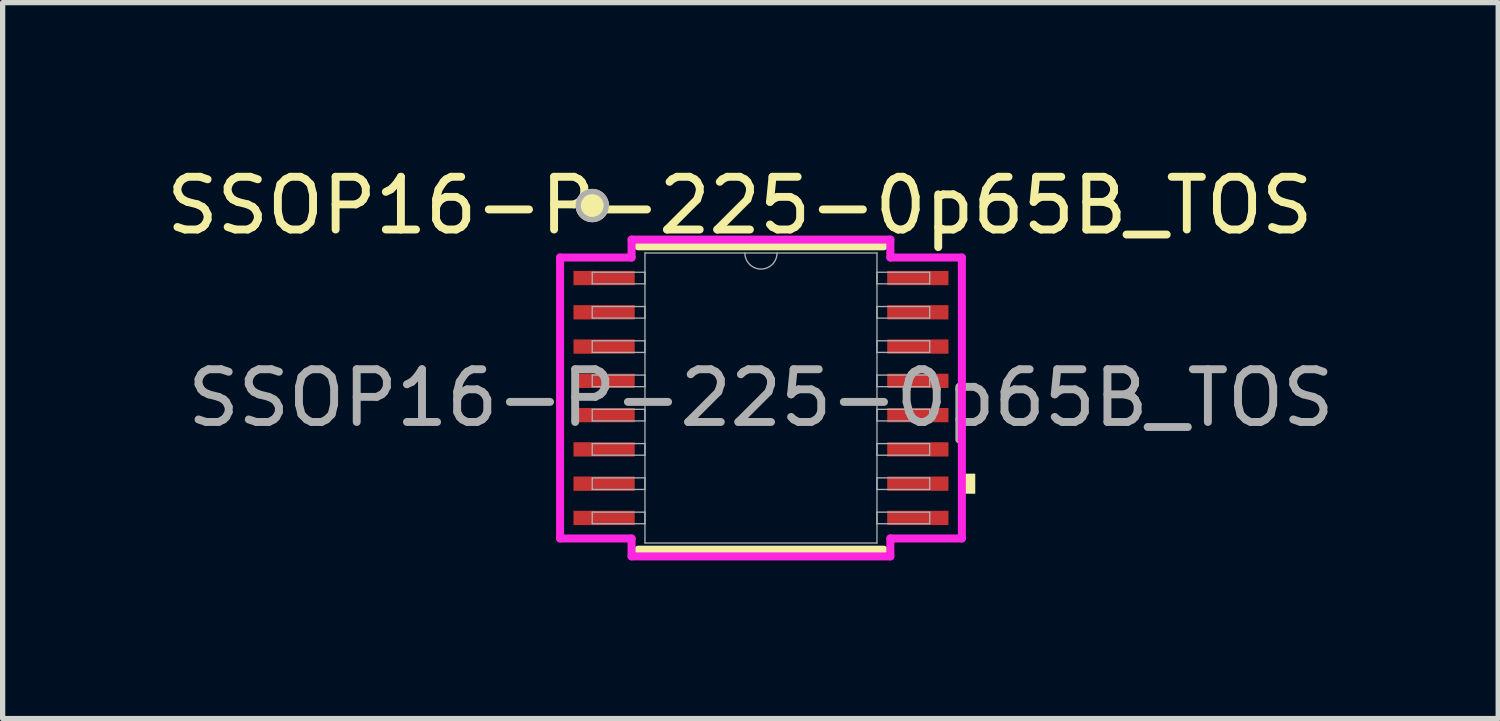
<source format=kicad_pcb>
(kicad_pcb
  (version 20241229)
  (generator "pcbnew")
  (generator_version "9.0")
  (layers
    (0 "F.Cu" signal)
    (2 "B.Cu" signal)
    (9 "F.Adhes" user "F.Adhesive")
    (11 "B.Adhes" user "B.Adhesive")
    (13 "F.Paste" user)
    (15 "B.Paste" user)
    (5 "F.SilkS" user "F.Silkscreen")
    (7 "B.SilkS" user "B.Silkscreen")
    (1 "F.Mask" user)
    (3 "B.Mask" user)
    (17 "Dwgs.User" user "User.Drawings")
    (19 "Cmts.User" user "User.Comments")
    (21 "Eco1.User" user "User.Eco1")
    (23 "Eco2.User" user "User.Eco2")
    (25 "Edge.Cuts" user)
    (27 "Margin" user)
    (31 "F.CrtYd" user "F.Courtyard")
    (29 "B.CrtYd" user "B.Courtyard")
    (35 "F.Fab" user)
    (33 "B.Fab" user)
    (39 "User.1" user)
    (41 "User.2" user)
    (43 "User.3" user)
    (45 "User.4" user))
  (footprint "SSOP16-P-225-0p65B_TOS"
    (layer "F.Cu")
    (at 11.382 4.498)
    (property "Reference" "SSOP16-P-225-0p65B_TOS" (at -0.4 -3.65 0) (unlocked yes) (layer "F.SilkS") (effects (font (size 1 1) (thickness 0.15))))
    (attr smd)
    (fp_line (start -2.327 2.877) (end 2.327 2.877) (stroke (width 0.152) (type solid)) (layer "F.SilkS"))
    (fp_line (start 2.327 -2.877) (end -2.327 -2.877) (stroke (width 0.152) (type solid)) (layer "F.SilkS"))
    (fp_circle (center -3.2 -3.65) (end -2.934 -3.65) (stroke (width 0.1) (type solid)) (fill yes) (layer "F.SilkS"))
    (fp_poly (pts (xy 4.064 1.435) (xy 4.064 1.816) (xy 3.81 1.816) (xy 3.81 1.435)) (stroke (width 0) (type solid)) (fill yes) (layer "F.SilkS"))
    (fp_line (start -3.81 -2.664) (end -2.454 -2.664) (stroke (width 0.152) (type solid)) (layer "F.CrtYd"))
    (fp_line (start -3.81 2.664) (end -3.81 -2.664) (stroke (width 0.152) (type solid)) (layer "F.CrtYd"))
    (fp_line (start -3.81 2.664) (end -2.454 2.664) (stroke (width 0.152) (type solid)) (layer "F.CrtYd"))
    (fp_line (start -2.454 -3.004) (end 2.454 -3.004) (stroke (width 0.152) (type solid)) (layer "F.CrtYd"))
    (fp_line (start -2.454 -2.664) (end -2.454 -3.004) (stroke (width 0.152) (type solid)) (layer "F.CrtYd"))
    (fp_line (start -2.454 3.004) (end -2.454 2.664) (stroke (width 0.152) (type solid)) (layer "F.CrtYd"))
    (fp_line (start 2.454 -3.004) (end 2.454 -2.664) (stroke (width 0.152) (type solid)) (layer "F.CrtYd"))
    (fp_line (start 2.454 2.664) (end 2.454 3.004) (stroke (width 0.152) (type solid)) (layer "F.CrtYd"))
    (fp_line (start 2.454 3.004) (end -2.454 3.004) (stroke (width 0.152) (type solid)) (layer "F.CrtYd"))
    (fp_line (start 3.81 -2.664) (end 2.454 -2.664) (stroke (width 0.152) (type solid)) (layer "F.CrtYd"))
    (fp_line (start 3.81 -2.664) (end 3.81 2.664) (stroke (width 0.152) (type solid)) (layer "F.CrtYd"))
    (fp_line (start 3.81 2.664) (end 2.454 2.664) (stroke (width 0.152) (type solid)) (layer "F.CrtYd"))
    (fp_line (start -3.2 -2.385) (end -3.2 -2.165) (stroke (width 0.025) (type solid)) (layer "F.Fab"))
    (fp_line (start -3.2 -2.165) (end -2.2 -2.165) (stroke (width 0.025) (type solid)) (layer "F.Fab"))
    (fp_line (start -3.2 -1.735) (end -3.2 -1.515) (stroke (width 0.025) (type solid)) (layer "F.Fab"))
    (fp_line (start -3.2 -1.515) (end -2.2 -1.515) (stroke (width 0.025) (type solid)) (layer "F.Fab"))
    (fp_line (start -3.2 -1.085) (end -3.2 -0.865) (stroke (width 0.025) (type solid)) (layer "F.Fab"))
    (fp_line (start -3.2 -0.865) (end -2.2 -0.865) (stroke (width 0.025) (type solid)) (layer "F.Fab"))
    (fp_line (start -3.2 -0.435) (end -3.2 -0.215) (stroke (width 0.025) (type solid)) (layer "F.Fab"))
    (fp_line (start -3.2 -0.215) (end -2.2 -0.215) (stroke (width 0.025) (type solid)) (layer "F.Fab"))
    (fp_line (start -3.2 0.215) (end -3.2 0.435) (stroke (width 0.025) (type solid)) (layer "F.Fab"))
    (fp_line (start -3.2 0.435) (end -2.2 0.435) (stroke (width 0.025) (type solid)) (layer "F.Fab"))
    (fp_line (start -3.2 0.865) (end -3.2 1.085) (stroke (width 0.025) (type solid)) (layer "F.Fab"))
    (fp_line (start -3.2 1.085) (end -2.2 1.085) (stroke (width 0.025) (type solid)) (layer "F.Fab"))
    (fp_line (start -3.2 1.515) (end -3.2 1.735) (stroke (width 0.025) (type solid)) (layer "F.Fab"))
    (fp_line (start -3.2 1.735) (end -2.2 1.735) (stroke (width 0.025) (type solid)) (layer "F.Fab"))
    (fp_line (start -3.2 2.165) (end -3.2 2.385) (stroke (width 0.025) (type solid)) (layer "F.Fab"))
    (fp_line (start -3.2 2.385) (end -2.2 2.385) (stroke (width 0.025) (type solid)) (layer "F.Fab"))
    (fp_line (start -2.2 -2.75) (end -2.2 2.75) (stroke (width 0.025) (type solid)) (layer "F.Fab"))
    (fp_line (start -2.2 -2.385) (end -3.2 -2.385) (stroke (width 0.025) (type solid)) (layer "F.Fab"))
    (fp_line (start -2.2 -2.165) (end -2.2 -2.385) (stroke (width 0.025) (type solid)) (layer "F.Fab"))
    (fp_line (start -2.2 -1.735) (end -3.2 -1.735) (stroke (width 0.025) (type solid)) (layer "F.Fab"))
    (fp_line (start -2.2 -1.515) (end -2.2 -1.735) (stroke (width 0.025) (type solid)) (layer "F.Fab"))
    (fp_line (start -2.2 -1.085) (end -3.2 -1.085) (stroke (width 0.025) (type solid)) (layer "F.Fab"))
    (fp_line (start -2.2 -0.865) (end -2.2 -1.085) (stroke (width 0.025) (type solid)) (layer "F.Fab"))
    (fp_line (start -2.2 -0.435) (end -3.2 -0.435) (stroke (width 0.025) (type solid)) (layer "F.Fab"))
    (fp_line (start -2.2 -0.215) (end -2.2 -0.435) (stroke (width 0.025) (type solid)) (layer "F.Fab"))
    (fp_line (start -2.2 0.215) (end -3.2 0.215) (stroke (width 0.025) (type solid)) (layer "F.Fab"))
    (fp_line (start -2.2 0.435) (end -2.2 0.215) (stroke (width 0.025) (type solid)) (layer "F.Fab"))
    (fp_line (start -2.2 0.865) (end -3.2 0.865) (stroke (width 0.025) (type solid)) (layer "F.Fab"))
    (fp_line (start -2.2 1.085) (end -2.2 0.865) (stroke (width 0.025) (type solid)) (layer "F.Fab"))
    (fp_line (start -2.2 1.515) (end -3.2 1.515) (stroke (width 0.025) (type solid)) (layer "F.Fab"))
    (fp_line (start -2.2 1.735) (end -2.2 1.515) (stroke (width 0.025) (type solid)) (layer "F.Fab"))
    (fp_line (start -2.2 2.165) (end -3.2 2.165) (stroke (width 0.025) (type solid)) (layer "F.Fab"))
    (fp_line (start -2.2 2.385) (end -2.2 2.165) (stroke (width 0.025) (type solid)) (layer "F.Fab"))
    (fp_line (start -2.2 2.75) (end 2.2 2.75) (stroke (width 0.025) (type solid)) (layer "F.Fab"))
    (fp_line (start 2.2 -2.75) (end -2.2 -2.75) (stroke (width 0.025) (type solid)) (layer "F.Fab"))
    (fp_line (start 2.2 -2.385) (end 2.2 -2.165) (stroke (width 0.025) (type solid)) (layer "F.Fab"))
    (fp_line (start 2.2 -2.165) (end 3.2 -2.165) (stroke (width 0.025) (type solid)) (layer "F.Fab"))
    (fp_line (start 2.2 -1.735) (end 2.2 -1.515) (stroke (width 0.025) (type solid)) (layer "F.Fab"))
    (fp_line (start 2.2 -1.515) (end 3.2 -1.515) (stroke (width 0.025) (type solid)) (layer "F.Fab"))
    (fp_line (start 2.2 -1.085) (end 2.2 -0.865) (stroke (width 0.025) (type solid)) (layer "F.Fab"))
    (fp_line (start 2.2 -0.865) (end 3.2 -0.865) (stroke (width 0.025) (type solid)) (layer "F.Fab"))
    (fp_line (start 2.2 -0.435) (end 2.2 -0.215) (stroke (width 0.025) (type solid)) (layer "F.Fab"))
    (fp_line (start 2.2 -0.215) (end 3.2 -0.215) (stroke (width 0.025) (type solid)) (layer "F.Fab"))
    (fp_line (start 2.2 0.215) (end 2.2 0.435) (stroke (width 0.025) (type solid)) (layer "F.Fab"))
    (fp_line (start 2.2 0.435) (end 3.2 0.435) (stroke (width 0.025) (type solid)) (layer "F.Fab"))
    (fp_line (start 2.2 0.865) (end 2.2 1.085) (stroke (width 0.025) (type solid)) (layer "F.Fab"))
    (fp_line (start 2.2 1.085) (end 3.2 1.085) (stroke (width 0.025) (type solid)) (layer "F.Fab"))
    (fp_line (start 2.2 1.515) (end 2.2 1.735) (stroke (width 0.025) (type solid)) (layer "F.Fab"))
    (fp_line (start 2.2 1.735) (end 3.2 1.735) (stroke (width 0.025) (type solid)) (layer "F.Fab"))
    (fp_line (start 2.2 2.165) (end 2.2 2.385) (stroke (width 0.025) (type solid)) (layer "F.Fab"))
    (fp_line (start 2.2 2.385) (end 3.2 2.385) (stroke (width 0.025) (type solid)) (layer "F.Fab"))
    (fp_line (start 2.2 2.75) (end 2.2 -2.75) (stroke (width 0.025) (type solid)) (layer "F.Fab"))
    (fp_line (start 3.2 -2.385) (end 2.2 -2.385) (stroke (width 0.025) (type solid)) (layer "F.Fab"))
    (fp_line (start 3.2 -2.165) (end 3.2 -2.385) (stroke (width 0.025) (type solid)) (layer "F.Fab"))
    (fp_line (start 3.2 -1.735) (end 2.2 -1.735) (stroke (width 0.025) (type solid)) (layer "F.Fab"))
    (fp_line (start 3.2 -1.515) (end 3.2 -1.735) (stroke (width 0.025) (type solid)) (layer "F.Fab"))
    (fp_line (start 3.2 -1.085) (end 2.2 -1.085) (stroke (width 0.025) (type solid)) (layer "F.Fab"))
    (fp_line (start 3.2 -0.865) (end 3.2 -1.085) (stroke (width 0.025) (type solid)) (layer "F.Fab"))
    (fp_line (start 3.2 -0.435) (end 2.2 -0.435) (stroke (width 0.025) (type solid)) (layer "F.Fab"))
    (fp_line (start 3.2 -0.215) (end 3.2 -0.435) (stroke (width 0.025) (type solid)) (layer "F.Fab"))
    (fp_line (start 3.2 0.215) (end 2.2 0.215) (stroke (width 0.025) (type solid)) (layer "F.Fab"))
    (fp_line (start 3.2 0.435) (end 3.2 0.215) (stroke (width 0.025) (type solid)) (layer "F.Fab"))
    (fp_line (start 3.2 0.865) (end 2.2 0.865) (stroke (width 0.025) (type solid)) (layer "F.Fab"))
    (fp_line (start 3.2 1.085) (end 3.2 0.865) (stroke (width 0.025) (type solid)) (layer "F.Fab"))
    (fp_line (start 3.2 1.515) (end 2.2 1.515) (stroke (width 0.025) (type solid)) (layer "F.Fab"))
    (fp_line (start 3.2 1.735) (end 3.2 1.515) (stroke (width 0.025) (type solid)) (layer "F.Fab"))
    (fp_line (start 3.2 2.165) (end 2.2 2.165) (stroke (width 0.025) (type solid)) (layer "F.Fab"))
    (fp_line (start 3.2 2.385) (end 3.2 2.165) (stroke (width 0.025) (type solid)) (layer "F.Fab"))
    (fp_arc (start 0.3048 -2.75) (mid 0 -2.4452) (end -0.3048 -2.75) (stroke (width 0.0254) (type solid)) (layer "F.Fab"))
    (fp_circle (center -3.2 -3.65) (end -2.934 -3.65) (stroke (width 0.1) (type solid)) (fill no) (layer "F.Fab"))
    (fp_text user "${REFERENCE}" (at 0 0 0) (unlocked yes) (layer "F.Fab") (effects (font (size 1 1) (thickness 0.15))))
    (pad "1" smd rect (at -2.975 -2.275) (size 1.161 0.271) (layers "F.Cu" "F.Mask" "F.Paste"))
    (pad "2" smd rect (at -2.975 -1.625) (size 1.161 0.271) (layers "F.Cu" "F.Mask" "F.Paste"))
    (pad "3" smd rect (at -2.975 -0.975) (size 1.161 0.271) (layers "F.Cu" "F.Mask" "F.Paste"))
    (pad "4" smd rect (at -2.975 -0.325) (size 1.161 0.271) (layers "F.Cu" "F.Mask" "F.Paste"))
    (pad "5" smd rect (at -2.975 0.325) (size 1.161 0.271) (layers "F.Cu" "F.Mask" "F.Paste"))
    (pad "6" smd rect (at -2.975 0.975) (size 1.161 0.271) (layers "F.Cu" "F.Mask" "F.Paste"))
    (pad "7" smd rect (at -2.975 1.625) (size 1.161 0.271) (layers "F.Cu" "F.Mask" "F.Paste"))
    (pad "8" smd rect (at -2.975 2.275) (size 1.161 0.271) (layers "F.Cu" "F.Mask" "F.Paste"))
    (pad "9" smd rect (at 2.975 2.275) (size 1.161 0.271) (layers "F.Cu" "F.Mask" "F.Paste"))
    (pad "10" smd rect (at 2.975 1.625) (size 1.161 0.271) (layers "F.Cu" "F.Mask" "F.Paste"))
    (pad "11" smd rect (at 2.975 0.975) (size 1.161 0.271) (layers "F.Cu" "F.Mask" "F.Paste"))
    (pad "12" smd rect (at 2.975 0.325) (size 1.161 0.271) (layers "F.Cu" "F.Mask" "F.Paste"))
    (pad "13" smd rect (at 2.975 -0.325) (size 1.161 0.271) (layers "F.Cu" "F.Mask" "F.Paste"))
    (pad "14" smd rect (at 2.975 -0.975) (size 1.161 0.271) (layers "F.Cu" "F.Mask" "F.Paste"))
    (pad "15" smd rect (at 2.975 -1.625) (size 1.161 0.271) (layers "F.Cu" "F.Mask" "F.Paste"))
    (pad "16" smd rect (at 2.975 -2.275) (size 1.161 0.271) (layers "F.Cu" "F.Mask" "F.Paste")))
  (gr_rect
    (start -3 -3)
    (end 25.364 10.578)
    (stroke (width 0.1) (type default))
    (fill no)
    (layer "Edge.Cuts")))
</source>
